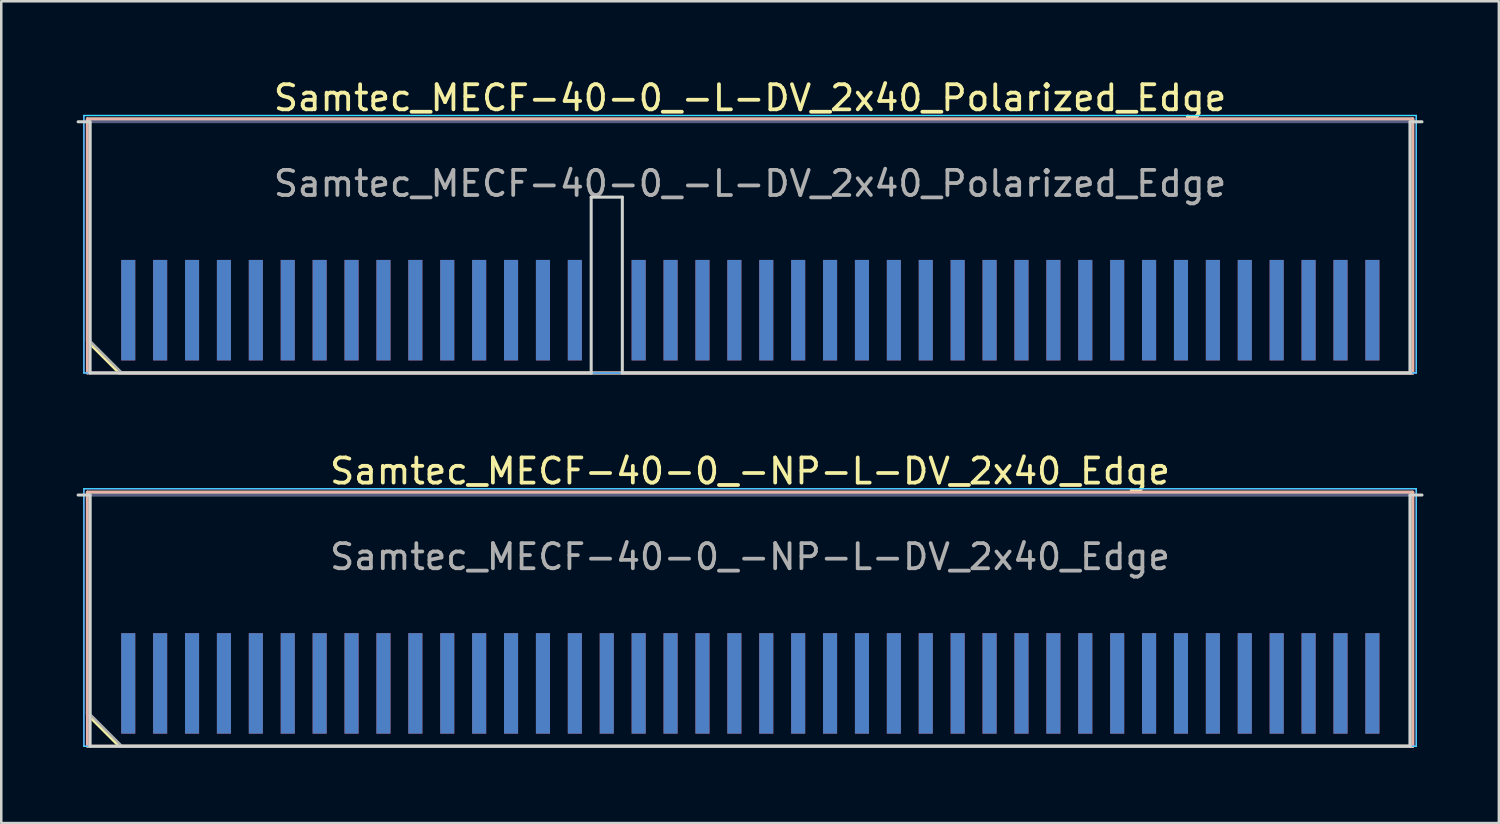
<source format=kicad_pcb>
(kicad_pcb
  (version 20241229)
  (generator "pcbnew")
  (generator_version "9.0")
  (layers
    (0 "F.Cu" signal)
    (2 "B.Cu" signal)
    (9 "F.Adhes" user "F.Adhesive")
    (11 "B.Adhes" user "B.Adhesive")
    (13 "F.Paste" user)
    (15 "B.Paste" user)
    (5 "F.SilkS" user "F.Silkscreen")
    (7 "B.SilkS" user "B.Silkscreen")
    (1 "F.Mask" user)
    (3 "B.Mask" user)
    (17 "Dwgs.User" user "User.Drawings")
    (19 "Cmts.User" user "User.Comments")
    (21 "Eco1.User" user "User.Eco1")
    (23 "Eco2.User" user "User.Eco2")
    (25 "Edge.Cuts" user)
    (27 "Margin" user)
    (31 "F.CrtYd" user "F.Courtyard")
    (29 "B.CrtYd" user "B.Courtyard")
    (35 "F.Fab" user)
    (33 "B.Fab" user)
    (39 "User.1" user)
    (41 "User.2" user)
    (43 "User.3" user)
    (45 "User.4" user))
  (footprint "Samtec_MECF-40-0_-NP-L-DV_2x40_Edge"
    (layer "F.Cu")
    (at 26.81 21.657)
    (property "Reference" "Samtec_MECF-40-0_-NP-L-DV_2x40_Edge" (at 0 -5.95 0) (layer "F.SilkS") (effects (font (size 1 1) (thickness 0.15))))
    (attr exclude_from_pos_files exclude_from_bom)
    (fp_line (start -26.38 -5.11) (end 26.38 -5.11) (stroke (width 0.12) (type solid)) (layer "F.SilkS"))
    (fp_line (start -26.38 3.73) (end -26.38 -5.11) (stroke (width 0.12) (type solid)) (layer "F.SilkS"))
    (fp_line (start -25.11 5) (end -26.38 3.73) (stroke (width 0.12) (type solid)) (layer "F.SilkS"))
    (fp_line (start -25.11 5) (end 26.38 5) (stroke (width 0.12) (type solid)) (layer "F.SilkS"))
    (fp_line (start 26.38 5) (end 26.38 -5.11) (stroke (width 0.12) (type solid)) (layer "F.SilkS"))
    (fp_line (start -26.38 -5.11) (end 26.38 -5.11) (stroke (width 0.12) (type solid)) (layer "B.SilkS"))
    (fp_line (start -26.38 5) (end -26.38 -5.11) (stroke (width 0.12) (type solid)) (layer "B.SilkS"))
    (fp_line (start -26.38 5) (end 26.38 5) (stroke (width 0.12) (type solid)) (layer "B.SilkS"))
    (fp_line (start 26.38 5) (end 26.38 -5.11) (stroke (width 0.12) (type solid)) (layer "B.SilkS"))
    (fp_line (start -26.75 -5) (end -26.275 -5) (stroke (width 0.12) (type solid)) (layer "Edge.Cuts"))
    (fp_line (start -26.275 5) (end -26.275 -5) (stroke (width 0.12) (type solid)) (layer "Edge.Cuts"))
    (fp_line (start -26.275 5) (end 26.275 5) (stroke (width 0.12) (type solid)) (layer "Edge.Cuts"))
    (fp_line (start 26.275 5) (end 26.275 -5) (stroke (width 0.12) (type solid)) (layer "Edge.Cuts"))
    (fp_line (start 26.75 -5) (end 26.275 -5) (stroke (width 0.12) (type solid)) (layer "Edge.Cuts"))
    (fp_line (start -26.52 -5.25) (end -26.52 5) (stroke (width 0.05) (type solid)) (layer "B.CrtYd"))
    (fp_line (start -26.52 5) (end 26.52 5) (stroke (width 0.05) (type solid)) (layer "B.CrtYd"))
    (fp_line (start 26.52 -5.25) (end -26.52 -5.25) (stroke (width 0.05) (type solid)) (layer "B.CrtYd"))
    (fp_line (start 26.52 5) (end 26.52 -5.25) (stroke (width 0.05) (type solid)) (layer "B.CrtYd"))
    (fp_line (start -26.52 -5.25) (end -26.52 5) (stroke (width 0.05) (type solid)) (layer "F.CrtYd"))
    (fp_line (start -26.52 5) (end 26.52 5) (stroke (width 0.05) (type solid)) (layer "F.CrtYd"))
    (fp_line (start 26.52 -5.25) (end -26.52 -5.25) (stroke (width 0.05) (type solid)) (layer "F.CrtYd"))
    (fp_line (start 26.52 5) (end 26.52 -5.25) (stroke (width 0.05) (type solid)) (layer "F.CrtYd"))
    (fp_line (start -26.275 -5) (end 26.275 -5) (stroke (width 0.1) (type solid)) (layer "B.Fab"))
    (fp_line (start -26.275 5) (end -26.275 -5) (stroke (width 0.1) (type solid)) (layer "B.Fab"))
    (fp_line (start -26.275 5) (end 26.275 5) (stroke (width 0.1) (type solid)) (layer "B.Fab"))
    (fp_line (start 26.275 5) (end 26.275 -5) (stroke (width 0.1) (type solid)) (layer "B.Fab"))
    (fp_line (start -26.275 -5) (end 26.275 -5) (stroke (width 0.1) (type solid)) (layer "F.Fab"))
    (fp_line (start -26.275 3.73) (end -26.275 -5) (stroke (width 0.1) (type solid)) (layer "F.Fab"))
    (fp_line (start -26.275 3.73) (end -25.005 5) (stroke (width 0.1) (type solid)) (layer "F.Fab"))
    (fp_line (start -25.005 5) (end 26.275 5) (stroke (width 0.1) (type solid)) (layer "F.Fab"))
    (fp_line (start 26.275 5) (end 26.275 -5) (stroke (width 0.1) (type solid)) (layer "F.Fab"))
    (fp_text user "${REFERENCE}" (at 0 -2.54 0) (layer "F.Fab") (effects (font (size 1 1) (thickness 0.15))))
    (pad "1" connect rect (at -24.755 2.5) (size 0.56 4) (layers "F.Cu" "F.Mask"))
    (pad "2" connect rect (at -24.755 2.5) (size 0.56 4) (layers "B.Cu" "B.Mask"))
    (pad "3" connect rect (at -23.485 2.5) (size 0.56 4) (layers "F.Cu" "F.Mask"))
    (pad "4" connect rect (at -23.485 2.5) (size 0.56 4) (layers "B.Cu" "B.Mask"))
    (pad "5" connect rect (at -22.215 2.5) (size 0.56 4) (layers "F.Cu" "F.Mask"))
    (pad "6" connect rect (at -22.215 2.5) (size 0.56 4) (layers "B.Cu" "B.Mask"))
    (pad "7" connect rect (at -20.945 2.5) (size 0.56 4) (layers "F.Cu" "F.Mask"))
    (pad "8" connect rect (at -20.945 2.5) (size 0.56 4) (layers "B.Cu" "B.Mask"))
    (pad "9" connect rect (at -19.675 2.5) (size 0.56 4) (layers "F.Cu" "F.Mask"))
    (pad "10" connect rect (at -19.675 2.5) (size 0.56 4) (layers "B.Cu" "B.Mask"))
    (pad "11" connect rect (at -18.405 2.5) (size 0.56 4) (layers "F.Cu" "F.Mask"))
    (pad "12" connect rect (at -18.405 2.5) (size 0.56 4) (layers "B.Cu" "B.Mask"))
    (pad "13" connect rect (at -17.135 2.5) (size 0.56 4) (layers "F.Cu" "F.Mask"))
    (pad "14" connect rect (at -17.135 2.5) (size 0.56 4) (layers "B.Cu" "B.Mask"))
    (pad "15" connect rect (at -15.865 2.5) (size 0.56 4) (layers "F.Cu" "F.Mask"))
    (pad "16" connect rect (at -15.865 2.5) (size 0.56 4) (layers "B.Cu" "B.Mask"))
    (pad "17" connect rect (at -14.595 2.5) (size 0.56 4) (layers "F.Cu" "F.Mask"))
    (pad "18" connect rect (at -14.595 2.5) (size 0.56 4) (layers "B.Cu" "B.Mask"))
    (pad "19" connect rect (at -13.325 2.5) (size 0.56 4) (layers "F.Cu" "F.Mask"))
    (pad "20" connect rect (at -13.325 2.5) (size 0.56 4) (layers "B.Cu" "B.Mask"))
    (pad "21" connect rect (at -12.055 2.5) (size 0.56 4) (layers "F.Cu" "F.Mask"))
    (pad "22" connect rect (at -12.055 2.5) (size 0.56 4) (layers "B.Cu" "B.Mask"))
    (pad "23" connect rect (at -10.785 2.5) (size 0.56 4) (layers "F.Cu" "F.Mask"))
    (pad "24" connect rect (at -10.785 2.5) (size 0.56 4) (layers "B.Cu" "B.Mask"))
    (pad "25" connect rect (at -9.515 2.5) (size 0.56 4) (layers "F.Cu" "F.Mask"))
    (pad "26" connect rect (at -9.515 2.5) (size 0.56 4) (layers "B.Cu" "B.Mask"))
    (pad "27" connect rect (at -8.245 2.5) (size 0.56 4) (layers "F.Cu" "F.Mask"))
    (pad "28" connect rect (at -8.245 2.5) (size 0.56 4) (layers "B.Cu" "B.Mask"))
    (pad "29" connect rect (at -6.975 2.5) (size 0.56 4) (layers "F.Cu" "F.Mask"))
    (pad "30" connect rect (at -6.975 2.5) (size 0.56 4) (layers "B.Cu" "B.Mask"))
    (pad "31" connect rect (at -5.705 2.5) (size 0.56 4) (layers "F.Cu" "F.Mask"))
    (pad "32" connect rect (at -5.705 2.5) (size 0.56 4) (layers "B.Cu" "B.Mask"))
    (pad "33" connect rect (at -4.435 2.5) (size 0.56 4) (layers "F.Cu" "F.Mask"))
    (pad "34" connect rect (at -4.435 2.5) (size 0.56 4) (layers "B.Cu" "B.Mask"))
    (pad "35" connect rect (at -3.165 2.5) (size 0.56 4) (layers "F.Cu" "F.Mask"))
    (pad "36" connect rect (at -3.165 2.5) (size 0.56 4) (layers "B.Cu" "B.Mask"))
    (pad "37" connect rect (at -1.895 2.5) (size 0.56 4) (layers "F.Cu" "F.Mask"))
    (pad "38" connect rect (at -1.895 2.5) (size 0.56 4) (layers "B.Cu" "B.Mask"))
    (pad "39" connect rect (at -0.625 2.5) (size 0.56 4) (layers "F.Cu" "F.Mask"))
    (pad "40" connect rect (at -0.625 2.5) (size 0.56 4) (layers "B.Cu" "B.Mask"))
    (pad "41" connect rect (at 0.645 2.5) (size 0.56 4) (layers "F.Cu" "F.Mask"))
    (pad "42" connect rect (at 0.645 2.5) (size 0.56 4) (layers "B.Cu" "B.Mask"))
    (pad "43" connect rect (at 1.915 2.5) (size 0.56 4) (layers "F.Cu" "F.Mask"))
    (pad "44" connect rect (at 1.915 2.5) (size 0.56 4) (layers "B.Cu" "B.Mask"))
    (pad "45" connect rect (at 3.185 2.5) (size 0.56 4) (layers "F.Cu" "F.Mask"))
    (pad "46" connect rect (at 3.185 2.5) (size 0.56 4) (layers "B.Cu" "B.Mask"))
    (pad "47" connect rect (at 4.455 2.5) (size 0.56 4) (layers "F.Cu" "F.Mask"))
    (pad "48" connect rect (at 4.455 2.5) (size 0.56 4) (layers "B.Cu" "B.Mask"))
    (pad "49" connect rect (at 5.725 2.5) (size 0.56 4) (layers "F.Cu" "F.Mask"))
    (pad "50" connect rect (at 5.725 2.5) (size 0.56 4) (layers "B.Cu" "B.Mask"))
    (pad "51" connect rect (at 6.995 2.5) (size 0.56 4) (layers "F.Cu" "F.Mask"))
    (pad "52" connect rect (at 6.995 2.5) (size 0.56 4) (layers "B.Cu" "B.Mask"))
    (pad "53" connect rect (at 8.265 2.5) (size 0.56 4) (layers "F.Cu" "F.Mask"))
    (pad "54" connect rect (at 8.265 2.5) (size 0.56 4) (layers "B.Cu" "B.Mask"))
    (pad "55" connect rect (at 9.535 2.5) (size 0.56 4) (layers "F.Cu" "F.Mask"))
    (pad "56" connect rect (at 9.535 2.5) (size 0.56 4) (layers "B.Cu" "B.Mask"))
    (pad "57" connect rect (at 10.805 2.5) (size 0.56 4) (layers "F.Cu" "F.Mask"))
    (pad "58" connect rect (at 10.805 2.5) (size 0.56 4) (layers "B.Cu" "B.Mask"))
    (pad "59" connect rect (at 12.075 2.5) (size 0.56 4) (layers "F.Cu" "F.Mask"))
    (pad "60" connect rect (at 12.075 2.5) (size 0.56 4) (layers "B.Cu" "B.Mask"))
    (pad "61" connect rect (at 13.345 2.5) (size 0.56 4) (layers "F.Cu" "F.Mask"))
    (pad "62" connect rect (at 13.345 2.5) (size 0.56 4) (layers "B.Cu" "B.Mask"))
    (pad "63" connect rect (at 14.615 2.5) (size 0.56 4) (layers "F.Cu" "F.Mask"))
    (pad "64" connect rect (at 14.615 2.5) (size 0.56 4) (layers "B.Cu" "B.Mask"))
    (pad "65" connect rect (at 15.885 2.5) (size 0.56 4) (layers "F.Cu" "F.Mask"))
    (pad "66" connect rect (at 15.885 2.5) (size 0.56 4) (layers "B.Cu" "B.Mask"))
    (pad "67" connect rect (at 17.155 2.5) (size 0.56 4) (layers "F.Cu" "F.Mask"))
    (pad "68" connect rect (at 17.155 2.5) (size 0.56 4) (layers "B.Cu" "B.Mask"))
    (pad "69" connect rect (at 18.425 2.5) (size 0.56 4) (layers "F.Cu" "F.Mask"))
    (pad "70" connect rect (at 18.425 2.5) (size 0.56 4) (layers "B.Cu" "B.Mask"))
    (pad "71" connect rect (at 19.695 2.5) (size 0.56 4) (layers "F.Cu" "F.Mask"))
    (pad "72" connect rect (at 19.695 2.5) (size 0.56 4) (layers "B.Cu" "B.Mask"))
    (pad "73" connect rect (at 20.965 2.5) (size 0.56 4) (layers "F.Cu" "F.Mask"))
    (pad "74" connect rect (at 20.965 2.5) (size 0.56 4) (layers "B.Cu" "B.Mask"))
    (pad "75" connect rect (at 22.235 2.5) (size 0.56 4) (layers "F.Cu" "F.Mask"))
    (pad "76" connect rect (at 22.235 2.5) (size 0.56 4) (layers "B.Cu" "B.Mask"))
    (pad "77" connect rect (at 23.505 2.5) (size 0.56 4) (layers "F.Cu" "F.Mask"))
    (pad "78" connect rect (at 23.505 2.5) (size 0.56 4) (layers "B.Cu" "B.Mask"))
    (pad "79" connect rect (at 24.775 2.5) (size 0.56 4) (layers "F.Cu" "F.Mask"))
    (pad "80" connect rect (at 24.775 2.5) (size 0.56 4) (layers "B.Cu" "B.Mask")))
  (footprint "Samtec_MECF-40-0_-L-DV_2x40_Polarized_Edge"
    (layer "F.Cu")
    (at 26.81 6.798)
    (property "Reference" "Samtec_MECF-40-0_-L-DV_2x40_Polarized_Edge" (at 0 -5.95 0) (layer "F.SilkS") (effects (font (size 1 1) (thickness 0.15))))
    (attr exclude_from_pos_files exclude_from_bom)
    (fp_line (start -26.38 -5.11) (end 26.38 -5.11) (stroke (width 0.12) (type solid)) (layer "F.SilkS"))
    (fp_line (start -26.38 3.73) (end -26.38 -5.11) (stroke (width 0.12) (type solid)) (layer "F.SilkS"))
    (fp_line (start -25.11 5) (end -26.38 3.73) (stroke (width 0.12) (type solid)) (layer "F.SilkS"))
    (fp_line (start -25.11 5) (end 26.38 5) (stroke (width 0.12) (type solid)) (layer "F.SilkS"))
    (fp_line (start 26.38 5) (end 26.38 -5.11) (stroke (width 0.12) (type solid)) (layer "F.SilkS"))
    (fp_line (start -26.38 -5.11) (end 26.38 -5.11) (stroke (width 0.12) (type solid)) (layer "B.SilkS"))
    (fp_line (start -26.38 5) (end -26.38 -5.11) (stroke (width 0.12) (type solid)) (layer "B.SilkS"))
    (fp_line (start -26.38 5) (end 26.38 5) (stroke (width 0.12) (type solid)) (layer "B.SilkS"))
    (fp_line (start 26.38 5) (end 26.38 -5.11) (stroke (width 0.12) (type solid)) (layer "B.SilkS"))
    (fp_line (start -26.75 -5) (end -26.275 -5) (stroke (width 0.12) (type solid)) (layer "Edge.Cuts"))
    (fp_line (start -26.275 5) (end -26.275 -5) (stroke (width 0.12) (type solid)) (layer "Edge.Cuts"))
    (fp_line (start -26.275 5) (end -6.325 5) (stroke (width 0.12) (type solid)) (layer "Edge.Cuts"))
    (fp_line (start -6.325 -2) (end -5.085 -2) (stroke (width 0.12) (type solid)) (layer "Edge.Cuts"))
    (fp_line (start -6.325 5) (end -6.325 -2) (stroke (width 0.12) (type solid)) (layer "Edge.Cuts"))
    (fp_line (start -5.085 5) (end -5.085 -2) (stroke (width 0.12) (type solid)) (layer "Edge.Cuts"))
    (fp_line (start -5.085 5) (end 26.275 5) (stroke (width 0.12) (type solid)) (layer "Edge.Cuts"))
    (fp_line (start 26.275 5) (end 26.275 -5) (stroke (width 0.12) (type solid)) (layer "Edge.Cuts"))
    (fp_line (start 26.75 -5) (end 26.275 -5) (stroke (width 0.12) (type solid)) (layer "Edge.Cuts"))
    (fp_line (start -26.52 -5.25) (end -26.52 5) (stroke (width 0.05) (type solid)) (layer "B.CrtYd"))
    (fp_line (start -26.52 5) (end 26.52 5) (stroke (width 0.05) (type solid)) (layer "B.CrtYd"))
    (fp_line (start 26.52 -5.25) (end -26.52 -5.25) (stroke (width 0.05) (type solid)) (layer "B.CrtYd"))
    (fp_line (start 26.52 5) (end 26.52 -5.25) (stroke (width 0.05) (type solid)) (layer "B.CrtYd"))
    (fp_line (start -26.52 -5.25) (end -26.52 5) (stroke (width 0.05) (type solid)) (layer "F.CrtYd"))
    (fp_line (start -26.52 5) (end 26.52 5) (stroke (width 0.05) (type solid)) (layer "F.CrtYd"))
    (fp_line (start 26.52 -5.25) (end -26.52 -5.25) (stroke (width 0.05) (type solid)) (layer "F.CrtYd"))
    (fp_line (start 26.52 5) (end 26.52 -5.25) (stroke (width 0.05) (type solid)) (layer "F.CrtYd"))
    (fp_line (start -26.275 -5) (end 26.275 -5) (stroke (width 0.1) (type solid)) (layer "B.Fab"))
    (fp_line (start -26.275 5) (end -26.275 -5) (stroke (width 0.1) (type solid)) (layer "B.Fab"))
    (fp_line (start -26.275 5) (end 26.275 5) (stroke (width 0.1) (type solid)) (layer "B.Fab"))
    (fp_line (start 26.275 5) (end 26.275 -5) (stroke (width 0.1) (type solid)) (layer "B.Fab"))
    (fp_line (start -26.275 -5) (end 26.275 -5) (stroke (width 0.1) (type solid)) (layer "F.Fab"))
    (fp_line (start -26.275 3.73) (end -26.275 -5) (stroke (width 0.1) (type solid)) (layer "F.Fab"))
    (fp_line (start -26.275 3.73) (end -25.005 5) (stroke (width 0.1) (type solid)) (layer "F.Fab"))
    (fp_line (start -25.005 5) (end 26.275 5) (stroke (width 0.1) (type solid)) (layer "F.Fab"))
    (fp_line (start 26.275 5) (end 26.275 -5) (stroke (width 0.1) (type solid)) (layer "F.Fab"))
    (fp_text user "${REFERENCE}" (at 0 -2.54 0) (layer "F.Fab") (effects (font (size 1 1) (thickness 0.15))))
    (pad "1" connect rect (at -24.755 2.5) (size 0.56 4) (layers "F.Cu" "F.Mask"))
    (pad "2" connect rect (at -24.755 2.5) (size 0.56 4) (layers "B.Cu" "B.Mask"))
    (pad "3" connect rect (at -23.485 2.5) (size 0.56 4) (layers "F.Cu" "F.Mask"))
    (pad "4" connect rect (at -23.485 2.5) (size 0.56 4) (layers "B.Cu" "B.Mask"))
    (pad "5" connect rect (at -22.215 2.5) (size 0.56 4) (layers "F.Cu" "F.Mask"))
    (pad "6" connect rect (at -22.215 2.5) (size 0.56 4) (layers "B.Cu" "B.Mask"))
    (pad "7" connect rect (at -20.945 2.5) (size 0.56 4) (layers "F.Cu" "F.Mask"))
    (pad "8" connect rect (at -20.945 2.5) (size 0.56 4) (layers "B.Cu" "B.Mask"))
    (pad "9" connect rect (at -19.675 2.5) (size 0.56 4) (layers "F.Cu" "F.Mask"))
    (pad "10" connect rect (at -19.675 2.5) (size 0.56 4) (layers "B.Cu" "B.Mask"))
    (pad "11" connect rect (at -18.405 2.5) (size 0.56 4) (layers "F.Cu" "F.Mask"))
    (pad "12" connect rect (at -18.405 2.5) (size 0.56 4) (layers "B.Cu" "B.Mask"))
    (pad "13" connect rect (at -17.135 2.5) (size 0.56 4) (layers "F.Cu" "F.Mask"))
    (pad "14" connect rect (at -17.135 2.5) (size 0.56 4) (layers "B.Cu" "B.Mask"))
    (pad "15" connect rect (at -15.865 2.5) (size 0.56 4) (layers "F.Cu" "F.Mask"))
    (pad "16" connect rect (at -15.865 2.5) (size 0.56 4) (layers "B.Cu" "B.Mask"))
    (pad "17" connect rect (at -14.595 2.5) (size 0.56 4) (layers "F.Cu" "F.Mask"))
    (pad "18" connect rect (at -14.595 2.5) (size 0.56 4) (layers "B.Cu" "B.Mask"))
    (pad "19" connect rect (at -13.325 2.5) (size 0.56 4) (layers "F.Cu" "F.Mask"))
    (pad "20" connect rect (at -13.325 2.5) (size 0.56 4) (layers "B.Cu" "B.Mask"))
    (pad "21" connect rect (at -12.055 2.5) (size 0.56 4) (layers "F.Cu" "F.Mask"))
    (pad "22" connect rect (at -12.055 2.5) (size 0.56 4) (layers "B.Cu" "B.Mask"))
    (pad "23" connect rect (at -10.785 2.5) (size 0.56 4) (layers "F.Cu" "F.Mask"))
    (pad "24" connect rect (at -10.785 2.5) (size 0.56 4) (layers "B.Cu" "B.Mask"))
    (pad "25" connect rect (at -9.515 2.5) (size 0.56 4) (layers "F.Cu" "F.Mask"))
    (pad "26" connect rect (at -9.515 2.5) (size 0.56 4) (layers "B.Cu" "B.Mask"))
    (pad "27" connect rect (at -8.245 2.5) (size 0.56 4) (layers "F.Cu" "F.Mask"))
    (pad "28" connect rect (at -8.245 2.5) (size 0.56 4) (layers "B.Cu" "B.Mask"))
    (pad "29" connect rect (at -6.975 2.5) (size 0.56 4) (layers "F.Cu" "F.Mask"))
    (pad "30" connect rect (at -6.975 2.5) (size 0.56 4) (layers "B.Cu" "B.Mask"))
    (pad "33" connect rect (at -4.435 2.5) (size 0.56 4) (layers "F.Cu" "F.Mask"))
    (pad "34" connect rect (at -4.435 2.5) (size 0.56 4) (layers "B.Cu" "B.Mask"))
    (pad "35" connect rect (at -3.165 2.5) (size 0.56 4) (layers "F.Cu" "F.Mask"))
    (pad "36" connect rect (at -3.165 2.5) (size 0.56 4) (layers "B.Cu" "B.Mask"))
    (pad "37" connect rect (at -1.895 2.5) (size 0.56 4) (layers "F.Cu" "F.Mask"))
    (pad "38" connect rect (at -1.895 2.5) (size 0.56 4) (layers "B.Cu" "B.Mask"))
    (pad "39" connect rect (at -0.625 2.5) (size 0.56 4) (layers "F.Cu" "F.Mask"))
    (pad "40" connect rect (at -0.625 2.5) (size 0.56 4) (layers "B.Cu" "B.Mask"))
    (pad "41" connect rect (at 0.645 2.5) (size 0.56 4) (layers "F.Cu" "F.Mask"))
    (pad "42" connect rect (at 0.645 2.5) (size 0.56 4) (layers "B.Cu" "B.Mask"))
    (pad "43" connect rect (at 1.915 2.5) (size 0.56 4) (layers "F.Cu" "F.Mask"))
    (pad "44" connect rect (at 1.915 2.5) (size 0.56 4) (layers "B.Cu" "B.Mask"))
    (pad "45" connect rect (at 3.185 2.5) (size 0.56 4) (layers "F.Cu" "F.Mask"))
    (pad "46" connect rect (at 3.185 2.5) (size 0.56 4) (layers "B.Cu" "B.Mask"))
    (pad "47" connect rect (at 4.455 2.5) (size 0.56 4) (layers "F.Cu" "F.Mask"))
    (pad "48" connect rect (at 4.455 2.5) (size 0.56 4) (layers "B.Cu" "B.Mask"))
    (pad "49" connect rect (at 5.725 2.5) (size 0.56 4) (layers "F.Cu" "F.Mask"))
    (pad "50" connect rect (at 5.725 2.5) (size 0.56 4) (layers "B.Cu" "B.Mask"))
    (pad "51" connect rect (at 6.995 2.5) (size 0.56 4) (layers "F.Cu" "F.Mask"))
    (pad "52" connect rect (at 6.995 2.5) (size 0.56 4) (layers "B.Cu" "B.Mask"))
    (pad "53" connect rect (at 8.265 2.5) (size 0.56 4) (layers "F.Cu" "F.Mask"))
    (pad "54" connect rect (at 8.265 2.5) (size 0.56 4) (layers "B.Cu" "B.Mask"))
    (pad "55" connect rect (at 9.535 2.5) (size 0.56 4) (layers "F.Cu" "F.Mask"))
    (pad "56" connect rect (at 9.535 2.5) (size 0.56 4) (layers "B.Cu" "B.Mask"))
    (pad "57" connect rect (at 10.805 2.5) (size 0.56 4) (layers "F.Cu" "F.Mask"))
    (pad "58" connect rect (at 10.805 2.5) (size 0.56 4) (layers "B.Cu" "B.Mask"))
    (pad "59" connect rect (at 12.075 2.5) (size 0.56 4) (layers "F.Cu" "F.Mask"))
    (pad "60" connect rect (at 12.075 2.5) (size 0.56 4) (layers "B.Cu" "B.Mask"))
    (pad "61" connect rect (at 13.345 2.5) (size 0.56 4) (layers "F.Cu" "F.Mask"))
    (pad "62" connect rect (at 13.345 2.5) (size 0.56 4) (layers "B.Cu" "B.Mask"))
    (pad "63" connect rect (at 14.615 2.5) (size 0.56 4) (layers "F.Cu" "F.Mask"))
    (pad "64" connect rect (at 14.615 2.5) (size 0.56 4) (layers "B.Cu" "B.Mask"))
    (pad "65" connect rect (at 15.885 2.5) (size 0.56 4) (layers "F.Cu" "F.Mask"))
    (pad "66" connect rect (at 15.885 2.5) (size 0.56 4) (layers "B.Cu" "B.Mask"))
    (pad "67" connect rect (at 17.155 2.5) (size 0.56 4) (layers "F.Cu" "F.Mask"))
    (pad "68" connect rect (at 17.155 2.5) (size 0.56 4) (layers "B.Cu" "B.Mask"))
    (pad "69" connect rect (at 18.425 2.5) (size 0.56 4) (layers "F.Cu" "F.Mask"))
    (pad "70" connect rect (at 18.425 2.5) (size 0.56 4) (layers "B.Cu" "B.Mask"))
    (pad "71" connect rect (at 19.695 2.5) (size 0.56 4) (layers "F.Cu" "F.Mask"))
    (pad "72" connect rect (at 19.695 2.5) (size 0.56 4) (layers "B.Cu" "B.Mask"))
    (pad "73" connect rect (at 20.965 2.5) (size 0.56 4) (layers "F.Cu" "F.Mask"))
    (pad "74" connect rect (at 20.965 2.5) (size 0.56 4) (layers "B.Cu" "B.Mask"))
    (pad "75" connect rect (at 22.235 2.5) (size 0.56 4) (layers "F.Cu" "F.Mask"))
    (pad "76" connect rect (at 22.235 2.5) (size 0.56 4) (layers "B.Cu" "B.Mask"))
    (pad "77" connect rect (at 23.505 2.5) (size 0.56 4) (layers "F.Cu" "F.Mask"))
    (pad "78" connect rect (at 23.505 2.5) (size 0.56 4) (layers "B.Cu" "B.Mask"))
    (pad "79" connect rect (at 24.775 2.5) (size 0.56 4) (layers "F.Cu" "F.Mask"))
    (pad "80" connect rect (at 24.775 2.5) (size 0.56 4) (layers "B.Cu" "B.Mask")))
  (gr_rect
    (start -3 -3)
    (end 56.62 29.716)
    (stroke (width 0.1) (type default))
    (fill no)
    (layer "Edge.Cuts")))
</source>
